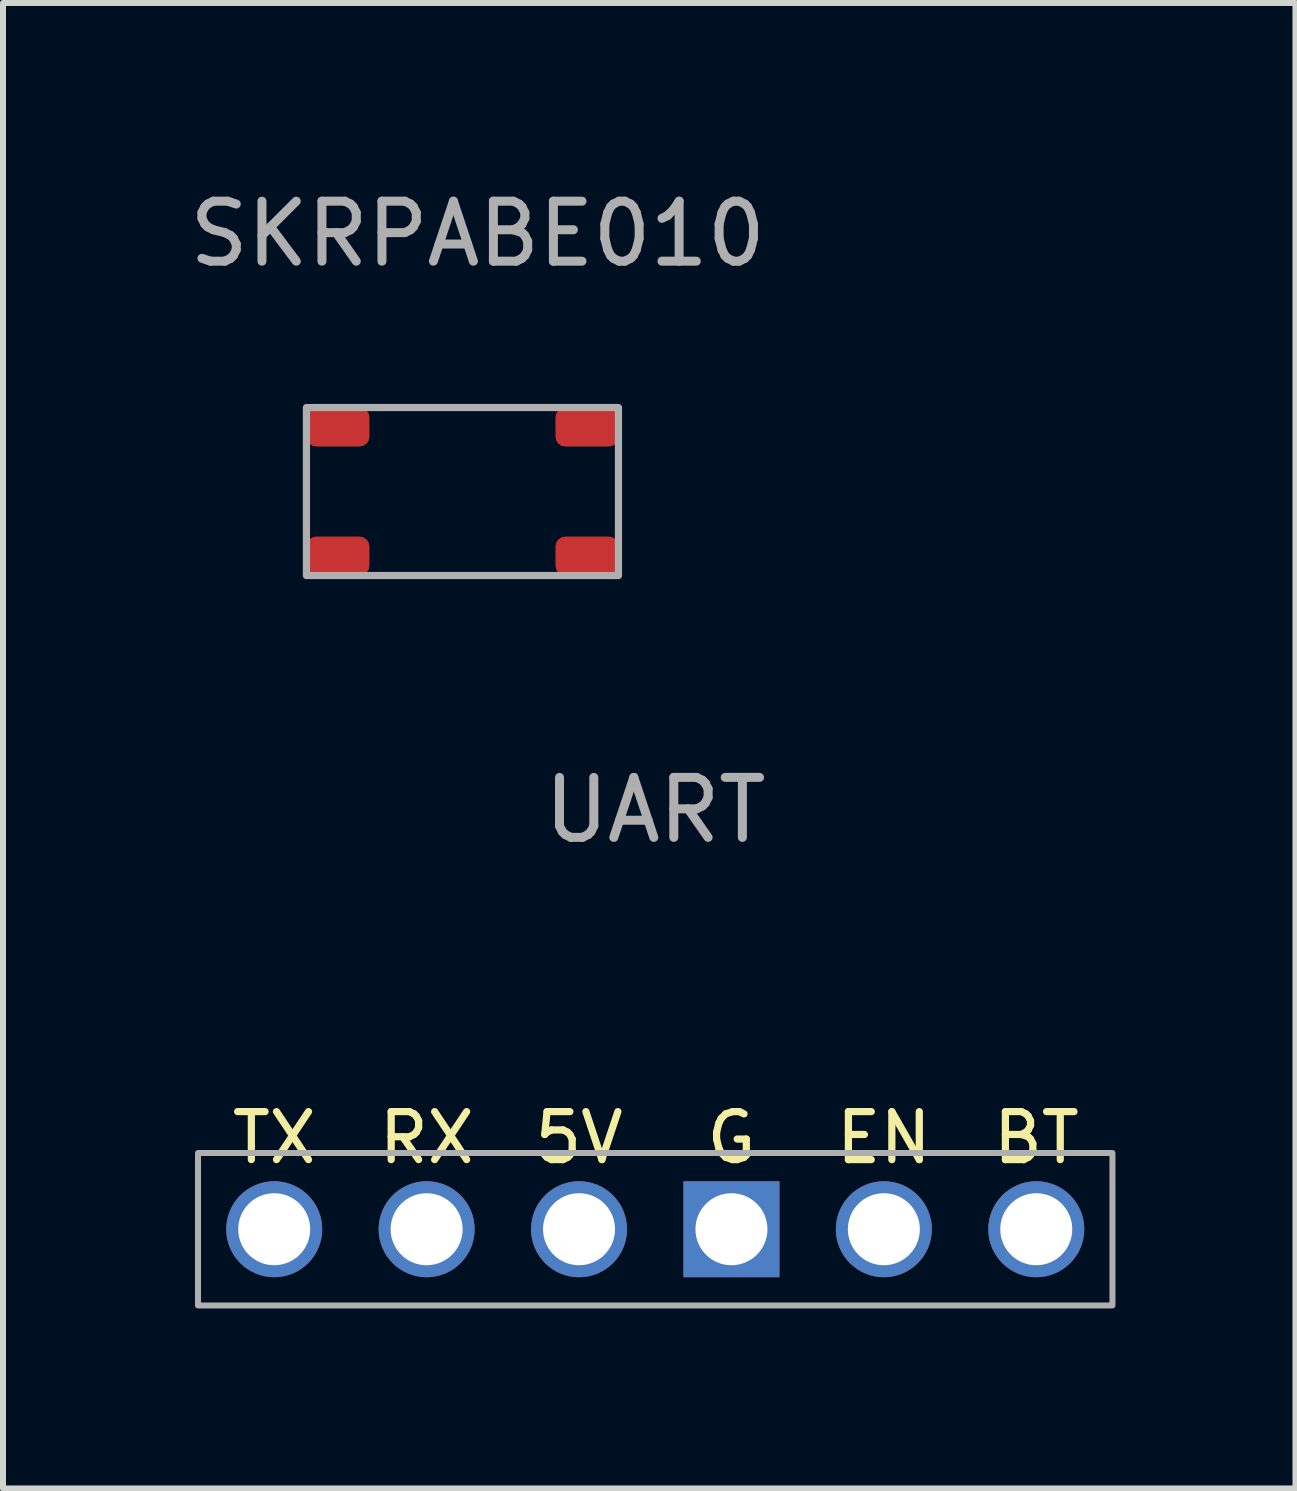
<source format=kicad_pcb>
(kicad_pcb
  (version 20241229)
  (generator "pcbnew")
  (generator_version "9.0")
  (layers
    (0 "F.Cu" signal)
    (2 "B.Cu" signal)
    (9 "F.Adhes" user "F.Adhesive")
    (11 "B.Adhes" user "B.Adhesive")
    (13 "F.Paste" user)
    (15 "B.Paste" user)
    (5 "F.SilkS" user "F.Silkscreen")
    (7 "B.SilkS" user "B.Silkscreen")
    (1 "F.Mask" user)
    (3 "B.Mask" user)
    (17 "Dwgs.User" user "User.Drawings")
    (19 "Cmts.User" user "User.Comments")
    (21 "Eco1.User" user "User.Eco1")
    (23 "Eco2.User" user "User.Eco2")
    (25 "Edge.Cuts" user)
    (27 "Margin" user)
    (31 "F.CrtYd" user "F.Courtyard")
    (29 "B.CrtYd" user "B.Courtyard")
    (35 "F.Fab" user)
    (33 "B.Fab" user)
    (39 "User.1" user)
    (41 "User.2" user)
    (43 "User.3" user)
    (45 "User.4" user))
  (footprint "SKRPABE010"
    (layer "F.Cu")
    (at 4.657 5.142)
    (property "Reference" "SKRPABE010" (at 0.254 -4.294 0) (unlocked yes) (layer "F.Fab") (effects (font (size 1 1) (thickness 0.15))))
    (attr smd)
    (fp_rect (start -2.6 -1.4) (end 2.6 1.4) (stroke (width 0.12) (type solid)) (fill no) (layer "F.Fab"))
    (pad "1" smd roundrect (at -2.075 -1.075) (size 1.05 0.65) (layers "F.Cu" "F.Mask" "F.Paste") (roundrect_rratio 0.25))
    (pad "1" smd roundrect (at 2.075 -1.075) (size 1.05 0.65) (layers "F.Cu" "F.Mask" "F.Paste") (roundrect_rratio 0.25))
    (pad "2" smd roundrect (at -2.075 1.075) (size 1.05 0.65) (layers "F.Cu" "F.Mask" "F.Paste") (roundrect_rratio 0.25))
    (pad "2" smd roundrect (at 2.075 1.075) (size 1.05 0.65) (layers "F.Cu" "F.Mask" "F.Paste") (roundrect_rratio 0.25)))
  (footprint "UART"
    (layer "F.Cu")
    (at 0.25 16.166)
    (property "Reference" "UART" (at 7.62 -5.715 0) (unlocked yes) (layer "F.Fab") (effects (font (size 1 1) (thickness 0.15))))
    (attr smd)
    (fp_rect (start 0 2.54) (end 15.24 0) (stroke (width 0.1) (type solid)) (fill no) (layer "F.Fab"))
    (fp_text user "G" (at 8.89 -0.254 0) (unlocked yes) (layer "F.SilkS") (effects (font (size 0.8 0.8) (thickness 0.12))))
    (fp_text user "EN" (at 11.43 -0.254 0) (unlocked yes) (layer "F.SilkS") (effects (font (size 0.8 0.8) (thickness 0.12))))
    (fp_text user "RX" (at 3.81 -0.254 0) (unlocked yes) (layer "F.SilkS") (effects (font (size 0.8 0.8) (thickness 0.12))))
    (fp_text user "BT" (at 13.97 -0.254 0) (unlocked yes) (layer "F.SilkS") (effects (font (size 0.8 0.8) (thickness 0.12))))
    (fp_text user "TX" (at 1.27 -0.254 0) (unlocked yes) (layer "F.SilkS") (effects (font (size 0.8 0.8) (thickness 0.12))))
    (fp_text user "5V" (at 6.35 -0.254 0) (unlocked yes) (layer "F.SilkS") (effects (font (size 0.8 0.8) (thickness 0.12))))
    (pad "1" thru_hole circle (at 1.27 1.27 90) (size 1.6 1.6) (drill 1.2) (layers "*.Cu" "*.Mask"))
    (pad "2" thru_hole circle (at 3.81 1.27 90) (size 1.6 1.6) (drill 1.2) (layers "*.Cu" "*.Mask"))
    (pad "3" thru_hole circle (at 6.35 1.27 90) (size 1.6 1.6) (drill 1.2) (layers "*.Cu" "*.Mask"))
    (pad "4" thru_hole rect (at 8.89 1.27 90) (size 1.6 1.6) (drill 1.2) (layers "*.Cu" "*.Mask"))
    (pad "5" thru_hole circle (at 11.43 1.27 90) (size 1.6 1.6) (drill 1.2) (layers "*.Cu" "*.Mask"))
    (pad "6" thru_hole circle (at 13.97 1.27 90) (size 1.6 1.6) (drill 1.2) (layers "*.Cu" "*.Mask")))
  (gr_rect
    (start -3 -3)
    (end 18.54 21.756)
    (stroke (width 0.1) (type default))
    (fill no)
    (layer "Edge.Cuts")))
</source>
